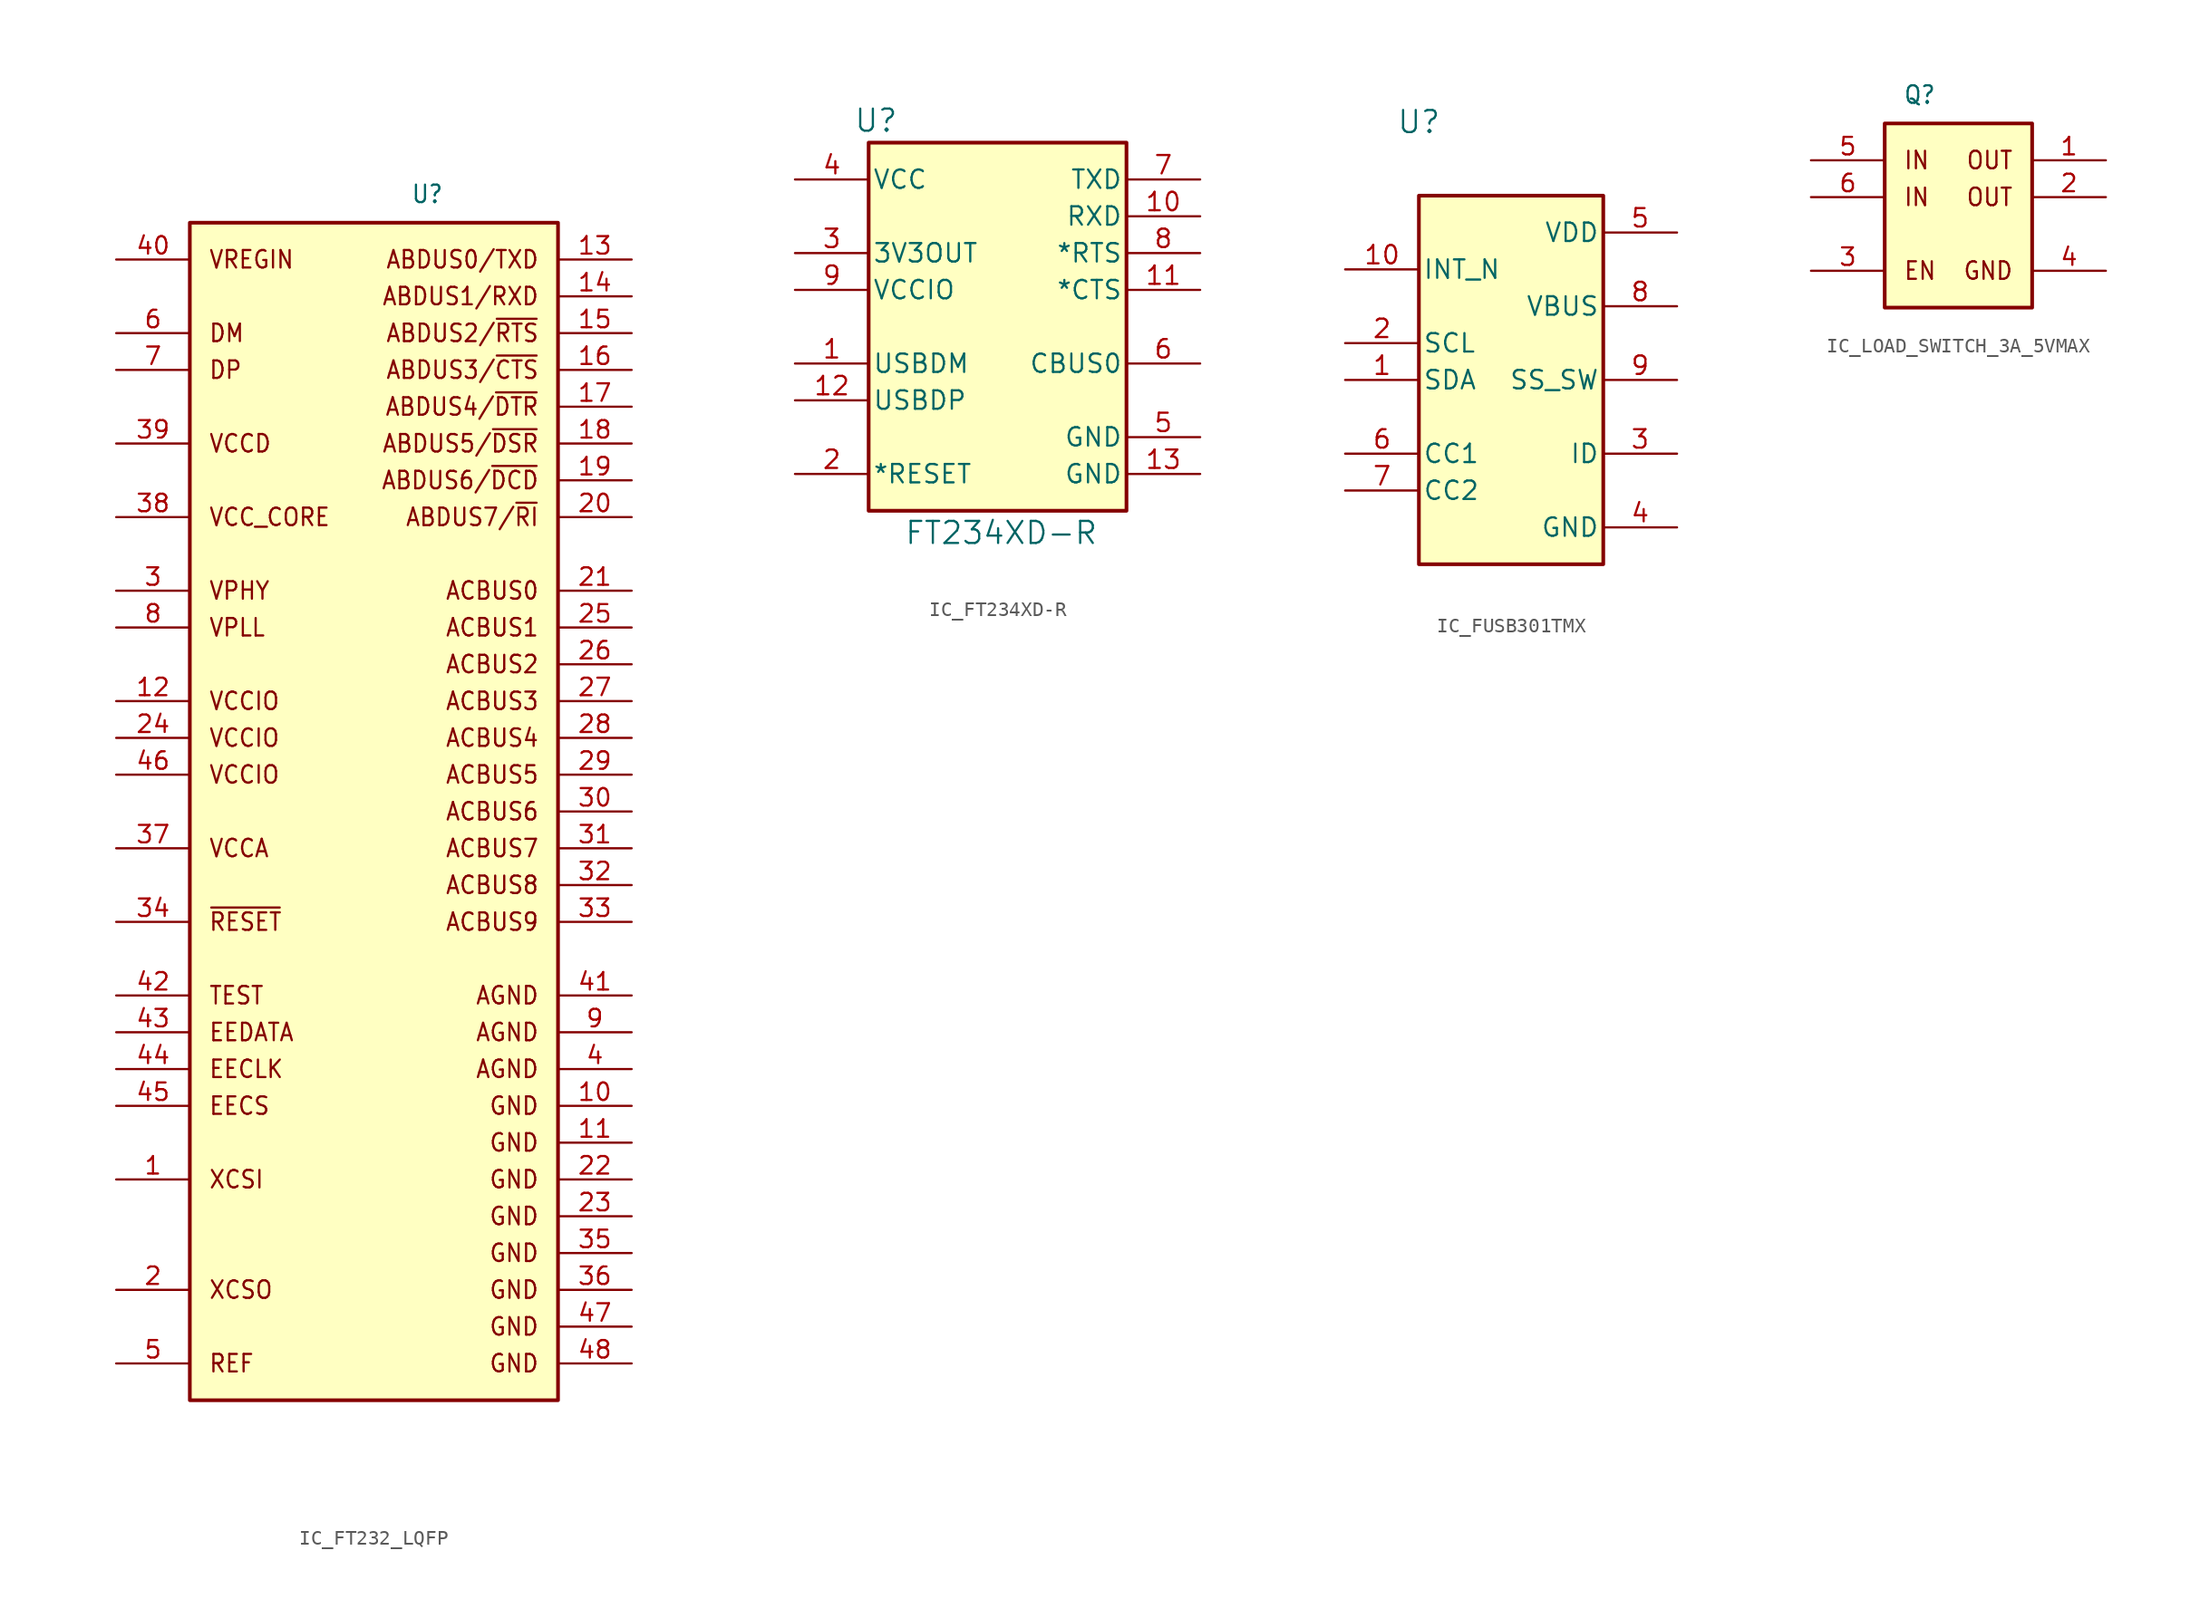
<source format=kicad_sym>
(kicad_symbol_lib
  (version 20241209)
  (generator "kicad_symbol_editor")
  (generator_version "9.0")
  (symbol "IC_FT232_LQFP"
    (property "Reference" "U"
      (at 20.32 80.01 0)
      (effects (font (size 1.206 1.092) (thickness 0.152)) (justify left bottom)))
    (property "Value" ""
      (at 0 0 0)
      (effects (font (size 1.092 1.092) (thickness 0.152)) (justify left bottom)))
    (symbol "IC_FT232_LQFP_1_0"
      (polyline (pts (xy 5.08 -2.54) (xy 30.48 -2.54) (xy 30.48 78.74) (xy 5.08 78.74) (xy 5.08 -2.54)) (stroke (width 0.254) (type solid)) (fill (type background)))
      (text "VREGIN" (at 6.35 76.2 0) (effects (font (size 1.206 1.092) (thickness 0.152)) (justify left)))
      (text "DM" (at 6.35 71.12 0) (effects (font (size 1.206 1.092) (thickness 0.152)) (justify left)))
      (text "DP" (at 6.35 68.58 0) (effects (font (size 1.206 1.092) (thickness 0.152)) (justify left)))
      (text "VCCD" (at 6.35 63.5 0) (effects (font (size 1.206 1.092) (thickness 0.152)) (justify left)))
      (text "VCC_CORE" (at 6.35 58.42 0) (effects (font (size 1.206 1.092) (thickness 0.152)) (justify left)))
      (text "VPHY" (at 6.35 53.34 0) (effects (font (size 1.206 1.092) (thickness 0.152)) (justify left)))
      (text "VPLL" (at 6.35 50.8 0) (effects (font (size 1.206 1.092) (thickness 0.152)) (justify left)))
      (text "VCCIO" (at 6.35 45.72 0) (effects (font (size 1.206 1.092) (thickness 0.152)) (justify left)))
      (text "VCCIO" (at 6.35 43.18 0) (effects (font (size 1.206 1.092) (thickness 0.152)) (justify left)))
      (text "VCCIO" (at 6.35 40.64 0) (effects (font (size 1.206 1.092) (thickness 0.152)) (justify left)))
      (text "VCCA" (at 6.35 35.56 0) (effects (font (size 1.206 1.092) (thickness 0.152)) (justify left)))
      (text "~{RESET}" (at 6.35 30.48 0) (effects (font (size 1.206 1.092) (thickness 0.152)) (justify left)))
      (text "TEST" (at 6.35 25.4 0) (effects (font (size 1.206 1.092) (thickness 0.152)) (justify left)))
      (text "EEDATA" (at 6.35 22.86 0) (effects (font (size 1.206 1.092) (thickness 0.152)) (justify left)))
      (text "EECLK" (at 6.35 20.32 0) (effects (font (size 1.206 1.092) (thickness 0.152)) (justify left)))
      (text "EECS" (at 6.35 17.78 0) (effects (font (size 1.206 1.092) (thickness 0.152)) (justify left)))
      (text "XCSI" (at 6.35 12.7 0) (effects (font (size 1.206 1.092) (thickness 0.152)) (justify left)))
      (text "XCSO" (at 6.35 5.08 0) (effects (font (size 1.206 1.092) (thickness 0.152)) (justify left)))
      (text "REF" (at 6.35 0 0) (effects (font (size 1.206 1.092) (thickness 0.152)) (justify left)))
      (text "ABDUS0/TXD" (at 29.21 76.2 0) (effects (font (size 1.206 1.092) (thickness 0.152)) (justify right)))
      (text "ABDUS1/RXD" (at 29.21 73.66 0) (effects (font (size 1.206 1.092) (thickness 0.152)) (justify right)))
      (text "ABDUS2/~{RTS}" (at 29.21 71.12 0) (effects (font (size 1.206 1.092) (thickness 0.152)) (justify right)))
      (text "ABDUS3/~{CTS}" (at 29.21 68.58 0) (effects (font (size 1.206 1.092) (thickness 0.152)) (justify right)))
      (text "ABDUS4/~{DTR}" (at 29.21 66.04 0) (effects (font (size 1.206 1.092) (thickness 0.152)) (justify right)))
      (text "ABDUS5/~{DSR}" (at 29.21 63.5 0) (effects (font (size 1.206 1.092) (thickness 0.152)) (justify right)))
      (text "ABDUS6/~{DCD}" (at 29.21 60.96 0) (effects (font (size 1.206 1.092) (thickness 0.152)) (justify right)))
      (text "ABDUS7/~{RI}" (at 29.21 58.42 0) (effects (font (size 1.206 1.092) (thickness 0.152)) (justify right)))
      (text "ACBUS0" (at 29.21 53.34 0) (effects (font (size 1.206 1.092) (thickness 0.152)) (justify right)))
      (text "ACBUS1" (at 29.21 50.8 0) (effects (font (size 1.206 1.092) (thickness 0.152)) (justify right)))
      (text "ACBUS2" (at 29.21 48.26 0) (effects (font (size 1.206 1.092) (thickness 0.152)) (justify right)))
      (text "ACBUS3" (at 29.21 45.72 0) (effects (font (size 1.206 1.092) (thickness 0.152)) (justify right)))
      (text "ACBUS4" (at 29.21 43.18 0) (effects (font (size 1.206 1.092) (thickness 0.152)) (justify right)))
      (text "ACBUS5" (at 29.21 40.64 0) (effects (font (size 1.206 1.092) (thickness 0.152)) (justify right)))
      (text "ACBUS6" (at 29.21 38.1 0) (effects (font (size 1.206 1.092) (thickness 0.152)) (justify right)))
      (text "ACBUS7" (at 29.21 35.56 0) (effects (font (size 1.206 1.092) (thickness 0.152)) (justify right)))
      (text "ACBUS8" (at 29.21 33.02 0) (effects (font (size 1.206 1.092) (thickness 0.152)) (justify right)))
      (text "ACBUS9" (at 29.21 30.48 0) (effects (font (size 1.206 1.092) (thickness 0.152)) (justify right)))
      (text "AGND" (at 29.21 25.4 0) (effects (font (size 1.206 1.092) (thickness 0.152)) (justify right)))
      (text "AGND" (at 29.21 22.86 0) (effects (font (size 1.206 1.092) (thickness 0.152)) (justify right)))
      (text "AGND" (at 29.21 20.32 0) (effects (font (size 1.206 1.092) (thickness 0.152)) (justify right)))
      (text "GND" (at 29.21 17.78 0) (effects (font (size 1.206 1.092) (thickness 0.152)) (justify right)))
      (text "GND" (at 29.21 15.24 0) (effects (font (size 1.206 1.092) (thickness 0.152)) (justify right)))
      (text "GND" (at 29.21 12.7 0) (effects (font (size 1.206 1.092) (thickness 0.152)) (justify right)))
      (text "GND" (at 29.21 10.16 0) (effects (font (size 1.206 1.092) (thickness 0.152)) (justify right)))
      (text "GND" (at 29.21 7.62 0) (effects (font (size 1.206 1.092) (thickness 0.152)) (justify right)))
      (text "GND" (at 29.21 5.08 0) (effects (font (size 1.206 1.092) (thickness 0.152)) (justify right)))
      (text "GND" (at 29.21 2.54 0) (effects (font (size 1.206 1.092) (thickness 0.152)) (justify right)))
      (text "GND" (at 29.21 0 0) (effects (font (size 1.206 1.092) (thickness 0.152)) (justify right)))
      (pin passive line (at 0 76.2 0) (length 5.08) (name "" (effects (font (size 1.206 1.206)))) (number "40" (effects (font (size 1.206 1.206)))))
      (pin passive line (at 0 71.12 0) (length 5.08) (name "" (effects (font (size 1.206 1.206)))) (number "6" (effects (font (size 1.206 1.206)))))
      (pin passive line (at 0 68.58 0) (length 5.08) (name "" (effects (font (size 1.206 1.206)))) (number "7" (effects (font (size 1.206 1.206)))))
      (pin passive line (at 0 63.5 0) (length 5.08) (name "" (effects (font (size 1.206 1.206)))) (number "39" (effects (font (size 1.206 1.206)))))
      (pin passive line (at 0 58.42 0) (length 5.08) (name "" (effects (font (size 1.206 1.206)))) (number "38" (effects (font (size 1.206 1.206)))))
      (pin passive line (at 0 53.34 0) (length 5.08) (name "" (effects (font (size 1.206 1.206)))) (number "3" (effects (font (size 1.206 1.206)))))
      (pin passive line (at 0 50.8 0) (length 5.08) (name "" (effects (font (size 1.206 1.206)))) (number "8" (effects (font (size 1.206 1.206)))))
      (pin passive line (at 0 45.72 0) (length 5.08) (name "" (effects (font (size 1.206 1.206)))) (number "12" (effects (font (size 1.206 1.206)))))
      (pin passive line (at 0 43.18 0) (length 5.08) (name "" (effects (font (size 1.206 1.206)))) (number "24" (effects (font (size 1.206 1.206)))))
      (pin passive line (at 0 40.64 0) (length 5.08) (name "" (effects (font (size 1.206 1.206)))) (number "46" (effects (font (size 1.206 1.206)))))
      (pin passive line (at 0 35.56 0) (length 5.08) (name "" (effects (font (size 1.206 1.206)))) (number "37" (effects (font (size 1.206 1.206)))))
      (pin passive line (at 0 30.48 0) (length 5.08) (name "" (effects (font (size 1.206 1.206)))) (number "34" (effects (font (size 1.206 1.206)))))
      (pin passive line (at 0 25.4 0) (length 5.08) (name "" (effects (font (size 1.206 1.206)))) (number "42" (effects (font (size 1.206 1.206)))))
      (pin passive line (at 0 22.86 0) (length 5.08) (name "" (effects (font (size 1.206 1.206)))) (number "43" (effects (font (size 1.206 1.206)))))
      (pin passive line (at 0 20.32 0) (length 5.08) (name "" (effects (font (size 1.206 1.206)))) (number "44" (effects (font (size 1.206 1.206)))))
      (pin passive line (at 0 17.78 0) (length 5.08) (name "" (effects (font (size 1.206 1.206)))) (number "45" (effects (font (size 1.206 1.206)))))
      (pin passive line (at 0 12.7 0) (length 5.08) (name "" (effects (font (size 1.206 1.206)))) (number "1" (effects (font (size 1.206 1.206)))))
      (pin passive line (at 0 5.08 0) (length 5.08) (name "" (effects (font (size 1.206 1.206)))) (number "2" (effects (font (size 1.206 1.206)))))
      (pin passive line (at 0 0 0) (length 5.08) (name "" (effects (font (size 1.206 1.206)))) (number "5" (effects (font (size 1.206 1.206)))))
      (pin passive line (at 35.56 76.2 180) (length 5.08) (name "" (effects (font (size 1.206 1.206)))) (number "13" (effects (font (size 1.206 1.206)))))
      (pin passive line (at 35.56 73.66 180) (length 5.08) (name "" (effects (font (size 1.206 1.206)))) (number "14" (effects (font (size 1.206 1.206)))))
      (pin passive line (at 35.56 71.12 180) (length 5.08) (name "" (effects (font (size 1.206 1.206)))) (number "15" (effects (font (size 1.206 1.206)))))
      (pin passive line (at 35.56 68.58 180) (length 5.08) (name "" (effects (font (size 1.206 1.206)))) (number "16" (effects (font (size 1.206 1.206)))))
      (pin passive line (at 35.56 66.04 180) (length 5.08) (name "" (effects (font (size 1.206 1.206)))) (number "17" (effects (font (size 1.206 1.206)))))
      (pin passive line (at 35.56 63.5 180) (length 5.08) (name "" (effects (font (size 1.206 1.206)))) (number "18" (effects (font (size 1.206 1.206)))))
      (pin passive line (at 35.56 60.96 180) (length 5.08) (name "" (effects (font (size 1.206 1.206)))) (number "19" (effects (font (size 1.206 1.206)))))
      (pin passive line (at 35.56 58.42 180) (length 5.08) (name "" (effects (font (size 1.206 1.206)))) (number "20" (effects (font (size 1.206 1.206)))))
      (pin passive line (at 35.56 53.34 180) (length 5.08) (name "" (effects (font (size 1.206 1.206)))) (number "21" (effects (font (size 1.206 1.206)))))
      (pin passive line (at 35.56 50.8 180) (length 5.08) (name "" (effects (font (size 1.206 1.206)))) (number "25" (effects (font (size 1.206 1.206)))))
      (pin passive line (at 35.56 48.26 180) (length 5.08) (name "" (effects (font (size 1.206 1.206)))) (number "26" (effects (font (size 1.206 1.206)))))
      (pin passive line (at 35.56 45.72 180) (length 5.08) (name "" (effects (font (size 1.206 1.206)))) (number "27" (effects (font (size 1.206 1.206)))))
      (pin passive line (at 35.56 43.18 180) (length 5.08) (name "" (effects (font (size 1.206 1.206)))) (number "28" (effects (font (size 1.206 1.206)))))
      (pin passive line (at 35.56 40.64 180) (length 5.08) (name "" (effects (font (size 1.206 1.206)))) (number "29" (effects (font (size 1.206 1.206)))))
      (pin passive line (at 35.56 38.1 180) (length 5.08) (name "" (effects (font (size 1.206 1.206)))) (number "30" (effects (font (size 1.206 1.206)))))
      (pin passive line (at 35.56 35.56 180) (length 5.08) (name "" (effects (font (size 1.206 1.206)))) (number "31" (effects (font (size 1.206 1.206)))))
      (pin passive line (at 35.56 33.02 180) (length 5.08) (name "" (effects (font (size 1.206 1.206)))) (number "32" (effects (font (size 1.206 1.206)))))
      (pin passive line (at 35.56 30.48 180) (length 5.08) (name "" (effects (font (size 1.206 1.206)))) (number "33" (effects (font (size 1.206 1.206)))))
      (pin passive line (at 35.56 25.4 180) (length 5.08) (name "" (effects (font (size 1.206 1.206)))) (number "41" (effects (font (size 1.206 1.206)))))
      (pin passive line (at 35.56 22.86 180) (length 5.08) (name "" (effects (font (size 1.206 1.206)))) (number "9" (effects (font (size 1.206 1.206)))))
      (pin passive line (at 35.56 20.32 180) (length 5.08) (name "" (effects (font (size 1.206 1.206)))) (number "4" (effects (font (size 1.206 1.206)))))
      (pin passive line (at 35.56 17.78 180) (length 5.08) (name "" (effects (font (size 1.206 1.206)))) (number "10" (effects (font (size 1.206 1.206)))))
      (pin passive line (at 35.56 15.24 180) (length 5.08) (name "" (effects (font (size 1.206 1.206)))) (number "11" (effects (font (size 1.206 1.206)))))
      (pin passive line (at 35.56 12.7 180) (length 5.08) (name "" (effects (font (size 1.206 1.206)))) (number "22" (effects (font (size 1.206 1.206)))))
      (pin passive line (at 35.56 10.16 180) (length 5.08) (name "" (effects (font (size 1.206 1.206)))) (number "23" (effects (font (size 1.206 1.206)))))
      (pin passive line (at 35.56 7.62 180) (length 5.08) (name "" (effects (font (size 1.206 1.206)))) (number "35" (effects (font (size 1.206 1.206)))))
      (pin passive line (at 35.56 5.08 180) (length 5.08) (name "" (effects (font (size 1.206 1.206)))) (number "36" (effects (font (size 1.206 1.206)))))
      (pin passive line (at 35.56 2.54 180) (length 5.08) (name "" (effects (font (size 1.206 1.206)))) (number "47" (effects (font (size 1.206 1.206)))))
      (pin passive line (at 35.56 0 180) (length 5.08) (name "" (effects (font (size 1.206 1.206)))) (number "48" (effects (font (size 1.206 1.206)))))))
  (symbol "IC_FT234XD-R"
    (pin_names
      (offset 0.254))
    (property "Reference" "U"
      (at 5.588 24.384 0)
      (effects (font (size 1.524 1.524))))
    (property "Value" "FT234XD-R"
      (at 14.224 -4.064 0)
      (effects (font (size 1.524 1.524))))
    (symbol "IC_FT234XD-R_0_1"
      (pin power_in line (at 0 20.32 0) (length 5.08) (name "VCC" (effects (font (size 1.27 1.27)))) (number "4" (effects (font (size 1.27 1.27)))))
      (pin output line (at 0 15.24 0) (length 5.08) (name "3V3OUT" (effects (font (size 1.27 1.27)))) (number "3" (effects (font (size 1.27 1.27)))))
      (pin passive line (at 0 12.7 0) (length 5.08) (name "VCCIO" (effects (font (size 1.27 1.27)))) (number "9" (effects (font (size 1.27 1.27)))))
      (pin bidirectional line (at 0 7.62 0) (length 5.08) (name "USBDM" (effects (font (size 1.27 1.27)))) (number "1" (effects (font (size 1.27 1.27)))))
      (pin bidirectional line (at 0 5.08 0) (length 5.08) (name "USBDP" (effects (font (size 1.27 1.27)))) (number "12" (effects (font (size 1.27 1.27)))))
      (pin input line (at 0 0 0) (length 5.08) (name "*RESET" (effects (font (size 1.27 1.27)))) (number "2" (effects (font (size 1.27 1.27)))))
      (pin output line (at 27.94 20.32 180) (length 5.08) (name "TXD" (effects (font (size 1.27 1.27)))) (number "7" (effects (font (size 1.27 1.27)))))
      (pin input line (at 27.94 17.78 180) (length 5.08) (name "RXD" (effects (font (size 1.27 1.27)))) (number "10" (effects (font (size 1.27 1.27)))))
      (pin output line (at 27.94 15.24 180) (length 5.08) (name "*RTS" (effects (font (size 1.27 1.27)))) (number "8" (effects (font (size 1.27 1.27)))))
      (pin input line (at 27.94 12.7 180) (length 5.08) (name "*CTS" (effects (font (size 1.27 1.27)))) (number "11" (effects (font (size 1.27 1.27)))))
      (pin bidirectional line (at 27.94 7.62 180) (length 5.08) (name "CBUS0" (effects (font (size 1.27 1.27)))) (number "6" (effects (font (size 1.27 1.27)))))
      (pin power_in line (at 27.94 2.54 180) (length 5.08) (name "GND" (effects (font (size 1.27 1.27)))) (number "5" (effects (font (size 1.27 1.27)))))
      (pin power_in line (at 27.94 0 180) (length 5.08) (name "GND" (effects (font (size 1.27 1.27)))) (number "13" (effects (font (size 1.27 1.27))))))
    (symbol "IC_FT234XD-R_1_1"
      (rectangle (start 5.08 22.86) (end 22.86 -2.54) (stroke (width 0.256) (type default)) (fill (type background)))))
  (symbol "IC_FUSB301TMX"
    (pin_names
      (offset 0.254))
    (property "Reference" "U"
      (at 5.08 25.4 0)
      (effects (font (size 1.524 1.524))))
    (property "Value" ""
      (at 10.16 22.86 0)
      (effects (font (size 1.524 1.524))))
    (symbol "IC_FUSB301TMX_1_1"
      (rectangle (start 5.08 20.32) (end 17.78 -5.08) (stroke (width 0.254) (type default)) (fill (type background)))
      (pin passive line (at 0 15.24 0) (length 5.08) (name "INT_N" (effects (font (size 1.27 1.27)))) (number "10" (effects (font (size 1.27 1.27)))))
      (pin passive line (at 0 10.16 0) (length 5.08) (name "SCL" (effects (font (size 1.27 1.27)))) (number "2" (effects (font (size 1.27 1.27)))))
      (pin passive line (at 0 7.62 0) (length 5.08) (name "SDA" (effects (font (size 1.27 1.27)))) (number "1" (effects (font (size 1.27 1.27)))))
      (pin bidirectional line (at 0 2.54 0) (length 5.08) (name "CC1" (effects (font (size 1.27 1.27)))) (number "6" (effects (font (size 1.27 1.27)))))
      (pin bidirectional line (at 0 0 0) (length 5.08) (name "CC2" (effects (font (size 1.27 1.27)))) (number "7" (effects (font (size 1.27 1.27)))))
      (pin power_in line (at 22.86 17.78 180) (length 5.08) (name "VDD" (effects (font (size 1.27 1.27)))) (number "5" (effects (font (size 1.27 1.27)))))
      (pin passive line (at 22.86 12.7 180) (length 5.08) (name "VBUS" (effects (font (size 1.27 1.27)))) (number "8" (effects (font (size 1.27 1.27)))))
      (pin passive line (at 22.86 7.62 180) (length 5.08) (name "SS_SW" (effects (font (size 1.27 1.27)))) (number "9" (effects (font (size 1.27 1.27)))))
      (pin passive line (at 22.86 2.54 180) (length 5.08) (name "ID" (effects (font (size 1.27 1.27)))) (number "3" (effects (font (size 1.27 1.27)))))
      (pin power_in line (at 22.86 -2.54 180) (length 5.08) (name "GND" (effects (font (size 1.27 1.27)))) (number "4" (effects (font (size 1.27 1.27)))))))
  (symbol "IC_LOAD_SWITCH_3A_5VMAX"
    (property "Reference" "Q"
      (at 6.35 11.43 0)
      (effects (font (size 1.206 1.092) (thickness 0.152)) (justify left bottom)))
    (property "Value" ""
      (at 0 0.508 0)
      (effects (font (size 1.092 1.092) (thickness 0.152)) (justify left bottom)))
    (symbol "IC_LOAD_SWITCH_3A_5VMAX_1_0"
      (polyline (pts (xy 5.08 -2.54) (xy 15.24 -2.54) (xy 15.24 10.16) (xy 5.08 10.16) (xy 5.08 -2.54)) (stroke (width 0.254) (type solid)) (fill (type background)))
      (text "IN" (at 6.35 7.62 0) (effects (font (size 1.206 1.092) (thickness 0.152)) (justify left)))
      (text "IN" (at 6.35 5.08 0) (effects (font (size 1.206 1.092) (thickness 0.152)) (justify left)))
      (text "EN" (at 6.35 0 0) (effects (font (size 1.206 1.092) (thickness 0.152)) (justify left)))
      (text "OUT" (at 13.97 7.62 0) (effects (font (size 1.206 1.092) (thickness 0.152)) (justify right)))
      (text "OUT" (at 13.97 5.08 0) (effects (font (size 1.206 1.092) (thickness 0.152)) (justify right)))
      (text "GND" (at 13.97 0 0) (effects (font (size 1.206 1.092) (thickness 0.152)) (justify right)))
      (pin passive line (at 0 7.62 0) (length 5.08) (name "" (effects (font (size 1.206 1.206)))) (number "5" (effects (font (size 1.206 1.206)))))
      (pin passive line (at 0 5.08 0) (length 5.08) (name "" (effects (font (size 1.206 1.206)))) (number "6" (effects (font (size 1.206 1.206)))))
      (pin passive line (at 0 0 0) (length 5.08) (name "" (effects (font (size 1.206 1.206)))) (number "3" (effects (font (size 1.206 1.206)))))
      (pin passive line (at 20.32 7.62 180) (length 5.08) (name "" (effects (font (size 1.206 1.206)))) (number "1" (effects (font (size 1.206 1.206)))))
      (pin passive line (at 20.32 5.08 180) (length 5.08) (name "" (effects (font (size 1.206 1.206)))) (number "2" (effects (font (size 1.206 1.206)))))
      (pin passive line (at 20.32 0 180) (length 5.08) (name "" (effects (font (size 1.206 1.206)))) (number "4" (effects (font (size 1.206 1.206))))))))
</source>
